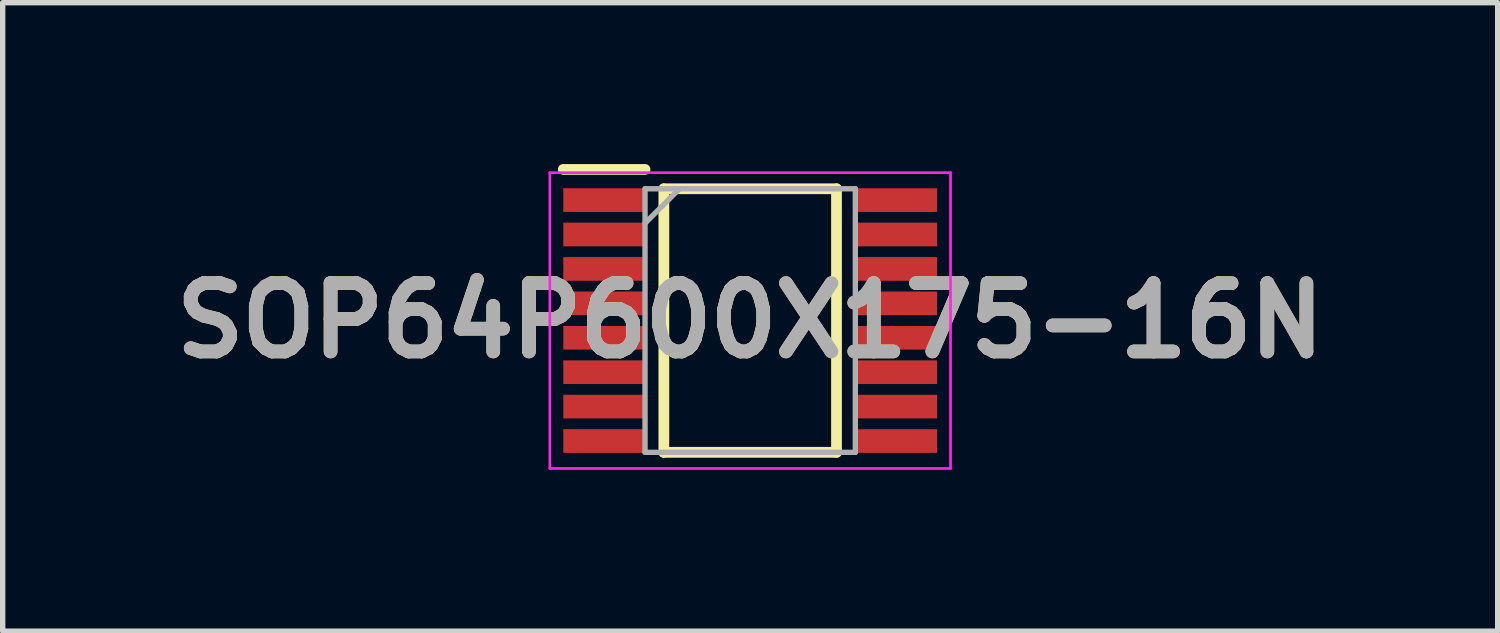
<source format=kicad_pcb>
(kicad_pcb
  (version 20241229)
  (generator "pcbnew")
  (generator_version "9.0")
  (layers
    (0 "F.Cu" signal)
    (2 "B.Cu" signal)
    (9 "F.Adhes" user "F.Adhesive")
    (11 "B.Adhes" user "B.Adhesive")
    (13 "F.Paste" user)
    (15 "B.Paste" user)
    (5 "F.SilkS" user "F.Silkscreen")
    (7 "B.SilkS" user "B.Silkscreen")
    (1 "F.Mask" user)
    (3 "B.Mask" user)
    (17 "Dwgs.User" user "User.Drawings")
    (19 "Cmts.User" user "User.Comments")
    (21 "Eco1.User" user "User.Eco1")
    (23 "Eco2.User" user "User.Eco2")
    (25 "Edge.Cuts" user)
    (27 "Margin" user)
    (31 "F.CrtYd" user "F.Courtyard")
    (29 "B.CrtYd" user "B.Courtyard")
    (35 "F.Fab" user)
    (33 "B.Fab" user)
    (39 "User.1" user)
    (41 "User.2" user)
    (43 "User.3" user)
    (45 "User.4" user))
  (footprint "SOP64P600X175-16N"
    (layer "F.Cu")
    (at 10.898 2.91)
    (property "Reference" "SOP64P600X175-16N" (at 0 0 0) (layer "F.SilkS") (effects (font (size 1.27 1.27) (thickness 0.254))))
    (attr smd)
    (fp_line (start -3.475 -2.81) (end -1.955 -2.81) (stroke (width 0.2) (type solid)) (layer "F.SilkS"))
    (fp_line (start -1.605 -2.45) (end 1.605 -2.45) (stroke (width 0.2) (type solid)) (layer "F.SilkS"))
    (fp_line (start -1.605 2.45) (end -1.605 -2.45) (stroke (width 0.2) (type solid)) (layer "F.SilkS"))
    (fp_line (start 1.605 -2.45) (end 1.605 2.45) (stroke (width 0.2) (type solid)) (layer "F.SilkS"))
    (fp_line (start 1.605 2.45) (end -1.605 2.45) (stroke (width 0.2) (type solid)) (layer "F.SilkS"))
    (fp_line (start -3.725 -2.75) (end 3.725 -2.75) (stroke (width 0.05) (type solid)) (layer "F.CrtYd"))
    (fp_line (start -3.725 2.75) (end -3.725 -2.75) (stroke (width 0.05) (type solid)) (layer "F.CrtYd"))
    (fp_line (start 3.725 -2.75) (end 3.725 2.75) (stroke (width 0.05) (type solid)) (layer "F.CrtYd"))
    (fp_line (start 3.725 2.75) (end -3.725 2.75) (stroke (width 0.05) (type solid)) (layer "F.CrtYd"))
    (fp_line (start -1.955 -2.45) (end 1.955 -2.45) (stroke (width 0.1) (type solid)) (layer "F.Fab"))
    (fp_line (start -1.955 -1.81) (end -1.315 -2.45) (stroke (width 0.1) (type solid)) (layer "F.Fab"))
    (fp_line (start -1.955 2.45) (end -1.955 -2.45) (stroke (width 0.1) (type solid)) (layer "F.Fab"))
    (fp_line (start 1.955 -2.45) (end 1.955 2.45) (stroke (width 0.1) (type solid)) (layer "F.Fab"))
    (fp_line (start 1.955 2.45) (end -1.955 2.45) (stroke (width 0.1) (type solid)) (layer "F.Fab"))
    (fp_text user "${REFERENCE}" (at 0 0 0) (layer "F.Fab") (effects (font (size 1.27 1.27) (thickness 0.254))))
    (pad "1" smd rect (at -2.715 -2.24 90) (size 0.44 1.52) (layers "F.Cu" "F.Mask" "F.Paste"))
    (pad "2" smd rect (at -2.715 -1.6 90) (size 0.44 1.52) (layers "F.Cu" "F.Mask" "F.Paste"))
    (pad "3" smd rect (at -2.715 -0.96 90) (size 0.44 1.52) (layers "F.Cu" "F.Mask" "F.Paste"))
    (pad "4" smd rect (at -2.715 -0.32 90) (size 0.44 1.52) (layers "F.Cu" "F.Mask" "F.Paste"))
    (pad "5" smd rect (at -2.715 0.32 90) (size 0.44 1.52) (layers "F.Cu" "F.Mask" "F.Paste"))
    (pad "6" smd rect (at -2.715 0.96 90) (size 0.44 1.52) (layers "F.Cu" "F.Mask" "F.Paste"))
    (pad "7" smd rect (at -2.715 1.6 90) (size 0.44 1.52) (layers "F.Cu" "F.Mask" "F.Paste"))
    (pad "8" smd rect (at -2.715 2.24 90) (size 0.44 1.52) (layers "F.Cu" "F.Mask" "F.Paste"))
    (pad "9" smd rect (at 2.715 2.24 90) (size 0.44 1.52) (layers "F.Cu" "F.Mask" "F.Paste"))
    (pad "10" smd rect (at 2.715 1.6 90) (size 0.44 1.52) (layers "F.Cu" "F.Mask" "F.Paste"))
    (pad "11" smd rect (at 2.715 0.96 90) (size 0.44 1.52) (layers "F.Cu" "F.Mask" "F.Paste"))
    (pad "12" smd rect (at 2.715 0.32 90) (size 0.44 1.52) (layers "F.Cu" "F.Mask" "F.Paste"))
    (pad "13" smd rect (at 2.715 -0.32 90) (size 0.44 1.52) (layers "F.Cu" "F.Mask" "F.Paste"))
    (pad "14" smd rect (at 2.715 -0.96 90) (size 0.44 1.52) (layers "F.Cu" "F.Mask" "F.Paste"))
    (pad "15" smd rect (at 2.715 -1.6 90) (size 0.44 1.52) (layers "F.Cu" "F.Mask" "F.Paste"))
    (pad "16" smd rect (at 2.715 -2.24 90) (size 0.44 1.52) (layers "F.Cu" "F.Mask" "F.Paste")))
  (gr_rect
    (start -3 -3)
    (end 24.796 8.685)
    (stroke (width 0.1) (type default))
    (fill no)
    (layer "Edge.Cuts")))
</source>
